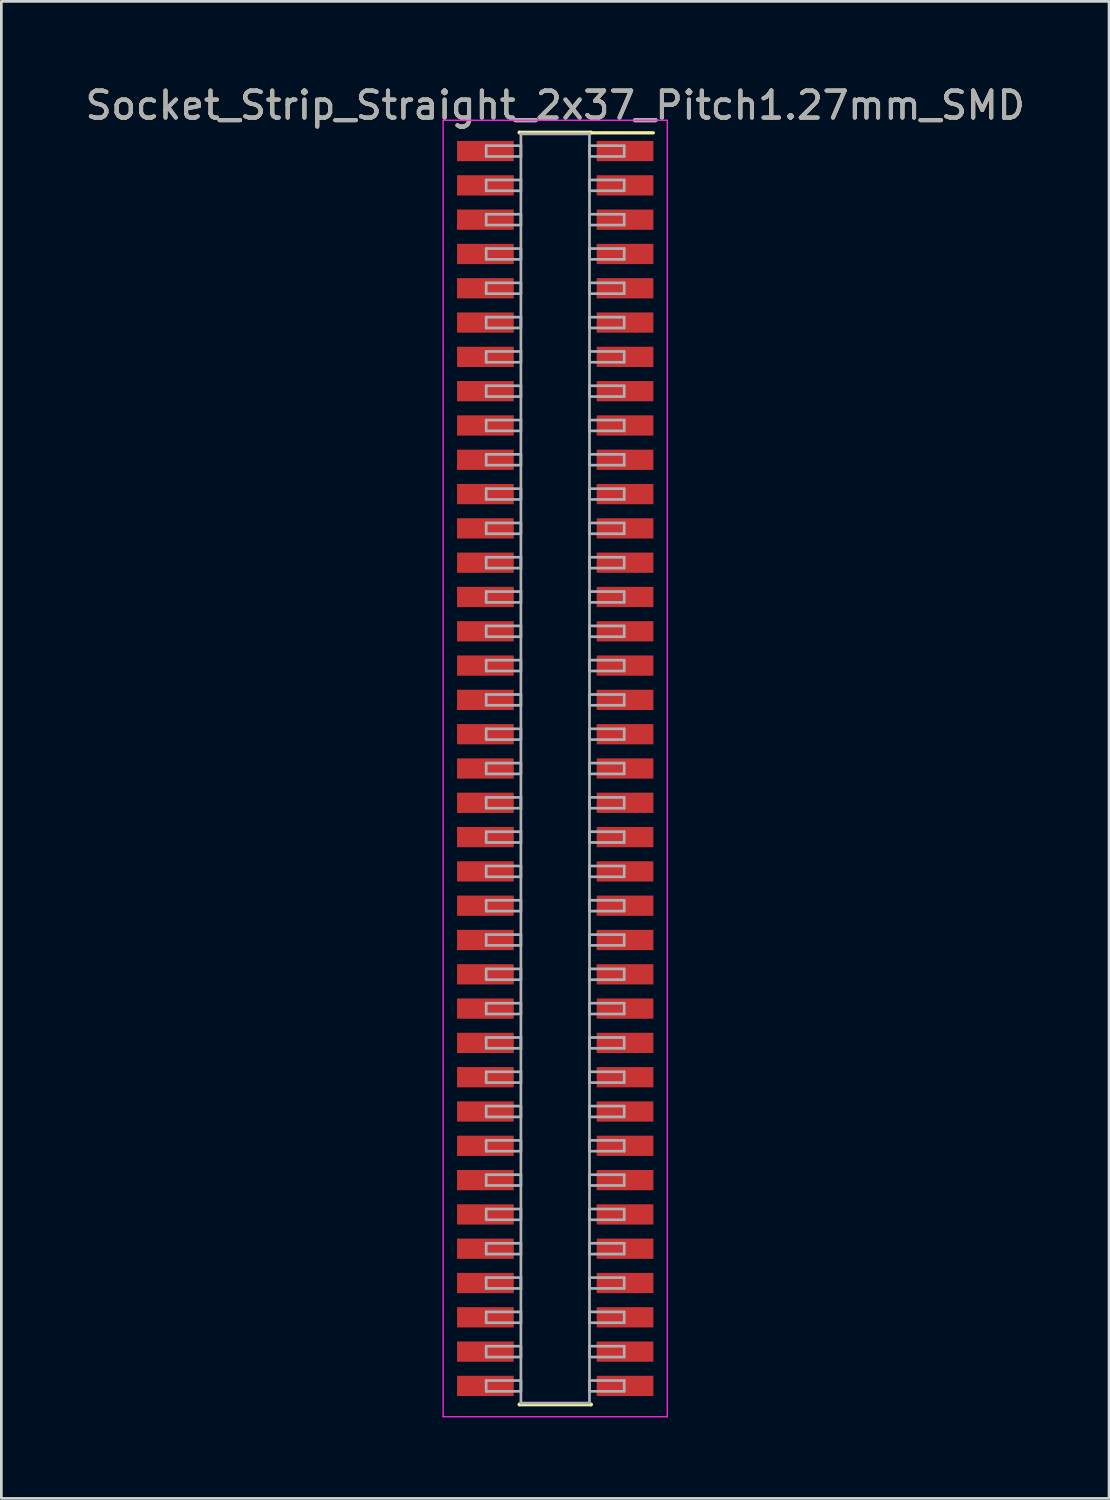
<source format=kicad_pcb>
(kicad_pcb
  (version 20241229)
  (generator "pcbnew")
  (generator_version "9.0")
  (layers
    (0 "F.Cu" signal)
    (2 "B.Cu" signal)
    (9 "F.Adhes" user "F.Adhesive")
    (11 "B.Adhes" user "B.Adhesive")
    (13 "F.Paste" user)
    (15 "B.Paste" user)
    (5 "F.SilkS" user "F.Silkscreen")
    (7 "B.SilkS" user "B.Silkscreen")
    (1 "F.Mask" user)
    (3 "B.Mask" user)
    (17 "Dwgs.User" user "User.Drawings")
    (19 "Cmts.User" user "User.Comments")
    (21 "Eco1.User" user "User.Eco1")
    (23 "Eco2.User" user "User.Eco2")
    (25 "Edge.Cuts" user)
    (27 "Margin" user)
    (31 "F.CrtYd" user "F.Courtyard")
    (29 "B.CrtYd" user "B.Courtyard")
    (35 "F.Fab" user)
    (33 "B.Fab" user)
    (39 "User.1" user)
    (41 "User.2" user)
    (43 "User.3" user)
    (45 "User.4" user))
  (footprint "Socket_Strip_Straight_2x37_Pitch1.27mm_SMD"
    (layer "F.Cu")
    (at 17.506 25.403)
    (property "Reference" "Socket_Strip_Straight_2x37_Pitch1.27mm_SMD" (at 0 -24.555 0) (layer "F.SilkS") (effects (font (size 1 1) (thickness 0.15))))
    (attr smd)
    (fp_line (start -1.33 -23.555) (end 1.33 -23.555) (stroke (width 0.12) (type solid)) (layer "F.SilkS"))
    (fp_line (start -1.33 -23.535) (end -1.33 -23.555) (stroke (width 0.12) (type solid)) (layer "F.SilkS"))
    (fp_line (start -1.33 23.535) (end -1.33 23.555) (stroke (width 0.12) (type solid)) (layer "F.SilkS"))
    (fp_line (start -1.33 23.555) (end 1.33 23.555) (stroke (width 0.12) (type solid)) (layer "F.SilkS"))
    (fp_line (start 1.33 -23.555) (end 1.33 -23.535) (stroke (width 0.12) (type solid)) (layer "F.SilkS"))
    (fp_line (start 1.33 23.555) (end 1.33 23.535) (stroke (width 0.12) (type solid)) (layer "F.SilkS"))
    (fp_line (start 3.635 -23.535) (end 1.33 -23.535) (stroke (width 0.12) (type solid)) (layer "F.SilkS"))
    (fp_line (start -4.15 -24) (end -4.15 24) (stroke (width 0.05) (type solid)) (layer "F.CrtYd"))
    (fp_line (start -4.15 24) (end 4.15 24) (stroke (width 0.05) (type solid)) (layer "F.CrtYd"))
    (fp_line (start 4.15 -24) (end -4.15 -24) (stroke (width 0.05) (type solid)) (layer "F.CrtYd"))
    (fp_line (start 4.15 24) (end 4.15 -24) (stroke (width 0.05) (type solid)) (layer "F.CrtYd"))
    (fp_line (start -2.555 -23.06) (end -1.27 -23.06) (stroke (width 0.1) (type solid)) (layer "F.Fab"))
    (fp_line (start -2.555 -22.66) (end -2.555 -23.06) (stroke (width 0.1) (type solid)) (layer "F.Fab"))
    (fp_line (start -2.555 -21.79) (end -1.27 -21.79) (stroke (width 0.1) (type solid)) (layer "F.Fab"))
    (fp_line (start -2.555 -21.39) (end -2.555 -21.79) (stroke (width 0.1) (type solid)) (layer "F.Fab"))
    (fp_line (start -2.555 -20.52) (end -1.27 -20.52) (stroke (width 0.1) (type solid)) (layer "F.Fab"))
    (fp_line (start -2.555 -20.12) (end -2.555 -20.52) (stroke (width 0.1) (type solid)) (layer "F.Fab"))
    (fp_line (start -2.555 -19.25) (end -1.27 -19.25) (stroke (width 0.1) (type solid)) (layer "F.Fab"))
    (fp_line (start -2.555 -18.85) (end -2.555 -19.25) (stroke (width 0.1) (type solid)) (layer "F.Fab"))
    (fp_line (start -2.555 -17.98) (end -1.27 -17.98) (stroke (width 0.1) (type solid)) (layer "F.Fab"))
    (fp_line (start -2.555 -17.58) (end -2.555 -17.98) (stroke (width 0.1) (type solid)) (layer "F.Fab"))
    (fp_line (start -2.555 -16.71) (end -1.27 -16.71) (stroke (width 0.1) (type solid)) (layer "F.Fab"))
    (fp_line (start -2.555 -16.31) (end -2.555 -16.71) (stroke (width 0.1) (type solid)) (layer "F.Fab"))
    (fp_line (start -2.555 -15.44) (end -1.27 -15.44) (stroke (width 0.1) (type solid)) (layer "F.Fab"))
    (fp_line (start -2.555 -15.04) (end -2.555 -15.44) (stroke (width 0.1) (type solid)) (layer "F.Fab"))
    (fp_line (start -2.555 -14.17) (end -1.27 -14.17) (stroke (width 0.1) (type solid)) (layer "F.Fab"))
    (fp_line (start -2.555 -13.77) (end -2.555 -14.17) (stroke (width 0.1) (type solid)) (layer "F.Fab"))
    (fp_line (start -2.555 -12.9) (end -1.27 -12.9) (stroke (width 0.1) (type solid)) (layer "F.Fab"))
    (fp_line (start -2.555 -12.5) (end -2.555 -12.9) (stroke (width 0.1) (type solid)) (layer "F.Fab"))
    (fp_line (start -2.555 -11.63) (end -1.27 -11.63) (stroke (width 0.1) (type solid)) (layer "F.Fab"))
    (fp_line (start -2.555 -11.23) (end -2.555 -11.63) (stroke (width 0.1) (type solid)) (layer "F.Fab"))
    (fp_line (start -2.555 -10.36) (end -1.27 -10.36) (stroke (width 0.1) (type solid)) (layer "F.Fab"))
    (fp_line (start -2.555 -9.96) (end -2.555 -10.36) (stroke (width 0.1) (type solid)) (layer "F.Fab"))
    (fp_line (start -2.555 -9.09) (end -1.27 -9.09) (stroke (width 0.1) (type solid)) (layer "F.Fab"))
    (fp_line (start -2.555 -8.69) (end -2.555 -9.09) (stroke (width 0.1) (type solid)) (layer "F.Fab"))
    (fp_line (start -2.555 -7.82) (end -1.27 -7.82) (stroke (width 0.1) (type solid)) (layer "F.Fab"))
    (fp_line (start -2.555 -7.42) (end -2.555 -7.82) (stroke (width 0.1) (type solid)) (layer "F.Fab"))
    (fp_line (start -2.555 -6.55) (end -1.27 -6.55) (stroke (width 0.1) (type solid)) (layer "F.Fab"))
    (fp_line (start -2.555 -6.15) (end -2.555 -6.55) (stroke (width 0.1) (type solid)) (layer "F.Fab"))
    (fp_line (start -2.555 -5.28) (end -1.27 -5.28) (stroke (width 0.1) (type solid)) (layer "F.Fab"))
    (fp_line (start -2.555 -4.88) (end -2.555 -5.28) (stroke (width 0.1) (type solid)) (layer "F.Fab"))
    (fp_line (start -2.555 -4.01) (end -1.27 -4.01) (stroke (width 0.1) (type solid)) (layer "F.Fab"))
    (fp_line (start -2.555 -3.61) (end -2.555 -4.01) (stroke (width 0.1) (type solid)) (layer "F.Fab"))
    (fp_line (start -2.555 -2.74) (end -1.27 -2.74) (stroke (width 0.1) (type solid)) (layer "F.Fab"))
    (fp_line (start -2.555 -2.34) (end -2.555 -2.74) (stroke (width 0.1) (type solid)) (layer "F.Fab"))
    (fp_line (start -2.555 -1.47) (end -1.27 -1.47) (stroke (width 0.1) (type solid)) (layer "F.Fab"))
    (fp_line (start -2.555 -1.07) (end -2.555 -1.47) (stroke (width 0.1) (type solid)) (layer "F.Fab"))
    (fp_line (start -2.555 -0.2) (end -1.27 -0.2) (stroke (width 0.1) (type solid)) (layer "F.Fab"))
    (fp_line (start -2.555 0.2) (end -2.555 -0.2) (stroke (width 0.1) (type solid)) (layer "F.Fab"))
    (fp_line (start -2.555 1.07) (end -1.27 1.07) (stroke (width 0.1) (type solid)) (layer "F.Fab"))
    (fp_line (start -2.555 1.47) (end -2.555 1.07) (stroke (width 0.1) (type solid)) (layer "F.Fab"))
    (fp_line (start -2.555 2.34) (end -1.27 2.34) (stroke (width 0.1) (type solid)) (layer "F.Fab"))
    (fp_line (start -2.555 2.74) (end -2.555 2.34) (stroke (width 0.1) (type solid)) (layer "F.Fab"))
    (fp_line (start -2.555 3.61) (end -1.27 3.61) (stroke (width 0.1) (type solid)) (layer "F.Fab"))
    (fp_line (start -2.555 4.01) (end -2.555 3.61) (stroke (width 0.1) (type solid)) (layer "F.Fab"))
    (fp_line (start -2.555 4.88) (end -1.27 4.88) (stroke (width 0.1) (type solid)) (layer "F.Fab"))
    (fp_line (start -2.555 5.28) (end -2.555 4.88) (stroke (width 0.1) (type solid)) (layer "F.Fab"))
    (fp_line (start -2.555 6.15) (end -1.27 6.15) (stroke (width 0.1) (type solid)) (layer "F.Fab"))
    (fp_line (start -2.555 6.55) (end -2.555 6.15) (stroke (width 0.1) (type solid)) (layer "F.Fab"))
    (fp_line (start -2.555 7.42) (end -1.27 7.42) (stroke (width 0.1) (type solid)) (layer "F.Fab"))
    (fp_line (start -2.555 7.82) (end -2.555 7.42) (stroke (width 0.1) (type solid)) (layer "F.Fab"))
    (fp_line (start -2.555 8.69) (end -1.27 8.69) (stroke (width 0.1) (type solid)) (layer "F.Fab"))
    (fp_line (start -2.555 9.09) (end -2.555 8.69) (stroke (width 0.1) (type solid)) (layer "F.Fab"))
    (fp_line (start -2.555 9.96) (end -1.27 9.96) (stroke (width 0.1) (type solid)) (layer "F.Fab"))
    (fp_line (start -2.555 10.36) (end -2.555 9.96) (stroke (width 0.1) (type solid)) (layer "F.Fab"))
    (fp_line (start -2.555 11.23) (end -1.27 11.23) (stroke (width 0.1) (type solid)) (layer "F.Fab"))
    (fp_line (start -2.555 11.63) (end -2.555 11.23) (stroke (width 0.1) (type solid)) (layer "F.Fab"))
    (fp_line (start -2.555 12.5) (end -1.27 12.5) (stroke (width 0.1) (type solid)) (layer "F.Fab"))
    (fp_line (start -2.555 12.9) (end -2.555 12.5) (stroke (width 0.1) (type solid)) (layer "F.Fab"))
    (fp_line (start -2.555 13.77) (end -1.27 13.77) (stroke (width 0.1) (type solid)) (layer "F.Fab"))
    (fp_line (start -2.555 14.17) (end -2.555 13.77) (stroke (width 0.1) (type solid)) (layer "F.Fab"))
    (fp_line (start -2.555 15.04) (end -1.27 15.04) (stroke (width 0.1) (type solid)) (layer "F.Fab"))
    (fp_line (start -2.555 15.44) (end -2.555 15.04) (stroke (width 0.1) (type solid)) (layer "F.Fab"))
    (fp_line (start -2.555 16.31) (end -1.27 16.31) (stroke (width 0.1) (type solid)) (layer "F.Fab"))
    (fp_line (start -2.555 16.71) (end -2.555 16.31) (stroke (width 0.1) (type solid)) (layer "F.Fab"))
    (fp_line (start -2.555 17.58) (end -1.27 17.58) (stroke (width 0.1) (type solid)) (layer "F.Fab"))
    (fp_line (start -2.555 17.98) (end -2.555 17.58) (stroke (width 0.1) (type solid)) (layer "F.Fab"))
    (fp_line (start -2.555 18.85) (end -1.27 18.85) (stroke (width 0.1) (type solid)) (layer "F.Fab"))
    (fp_line (start -2.555 19.25) (end -2.555 18.85) (stroke (width 0.1) (type solid)) (layer "F.Fab"))
    (fp_line (start -2.555 20.12) (end -1.27 20.12) (stroke (width 0.1) (type solid)) (layer "F.Fab"))
    (fp_line (start -2.555 20.52) (end -2.555 20.12) (stroke (width 0.1) (type solid)) (layer "F.Fab"))
    (fp_line (start -2.555 21.39) (end -1.27 21.39) (stroke (width 0.1) (type solid)) (layer "F.Fab"))
    (fp_line (start -2.555 21.79) (end -2.555 21.39) (stroke (width 0.1) (type solid)) (layer "F.Fab"))
    (fp_line (start -2.555 22.66) (end -1.27 22.66) (stroke (width 0.1) (type solid)) (layer "F.Fab"))
    (fp_line (start -2.555 23.06) (end -2.555 22.66) (stroke (width 0.1) (type solid)) (layer "F.Fab"))
    (fp_line (start -1.27 -23.495) (end -1.27 23.495) (stroke (width 0.1) (type solid)) (layer "F.Fab"))
    (fp_line (start -1.27 -23.06) (end -1.27 -22.66) (stroke (width 0.1) (type solid)) (layer "F.Fab"))
    (fp_line (start -1.27 -22.66) (end -2.555 -22.66) (stroke (width 0.1) (type solid)) (layer "F.Fab"))
    (fp_line (start -1.27 -21.79) (end -1.27 -21.39) (stroke (width 0.1) (type solid)) (layer "F.Fab"))
    (fp_line (start -1.27 -21.39) (end -2.555 -21.39) (stroke (width 0.1) (type solid)) (layer "F.Fab"))
    (fp_line (start -1.27 -20.52) (end -1.27 -20.12) (stroke (width 0.1) (type solid)) (layer "F.Fab"))
    (fp_line (start -1.27 -20.12) (end -2.555 -20.12) (stroke (width 0.1) (type solid)) (layer "F.Fab"))
    (fp_line (start -1.27 -19.25) (end -1.27 -18.85) (stroke (width 0.1) (type solid)) (layer "F.Fab"))
    (fp_line (start -1.27 -18.85) (end -2.555 -18.85) (stroke (width 0.1) (type solid)) (layer "F.Fab"))
    (fp_line (start -1.27 -17.98) (end -1.27 -17.58) (stroke (width 0.1) (type solid)) (layer "F.Fab"))
    (fp_line (start -1.27 -17.58) (end -2.555 -17.58) (stroke (width 0.1) (type solid)) (layer "F.Fab"))
    (fp_line (start -1.27 -16.71) (end -1.27 -16.31) (stroke (width 0.1) (type solid)) (layer "F.Fab"))
    (fp_line (start -1.27 -16.31) (end -2.555 -16.31) (stroke (width 0.1) (type solid)) (layer "F.Fab"))
    (fp_line (start -1.27 -15.44) (end -1.27 -15.04) (stroke (width 0.1) (type solid)) (layer "F.Fab"))
    (fp_line (start -1.27 -15.04) (end -2.555 -15.04) (stroke (width 0.1) (type solid)) (layer "F.Fab"))
    (fp_line (start -1.27 -14.17) (end -1.27 -13.77) (stroke (width 0.1) (type solid)) (layer "F.Fab"))
    (fp_line (start -1.27 -13.77) (end -2.555 -13.77) (stroke (width 0.1) (type solid)) (layer "F.Fab"))
    (fp_line (start -1.27 -12.9) (end -1.27 -12.5) (stroke (width 0.1) (type solid)) (layer "F.Fab"))
    (fp_line (start -1.27 -12.5) (end -2.555 -12.5) (stroke (width 0.1) (type solid)) (layer "F.Fab"))
    (fp_line (start -1.27 -11.63) (end -1.27 -11.23) (stroke (width 0.1) (type solid)) (layer "F.Fab"))
    (fp_line (start -1.27 -11.23) (end -2.555 -11.23) (stroke (width 0.1) (type solid)) (layer "F.Fab"))
    (fp_line (start -1.27 -10.36) (end -1.27 -9.96) (stroke (width 0.1) (type solid)) (layer "F.Fab"))
    (fp_line (start -1.27 -9.96) (end -2.555 -9.96) (stroke (width 0.1) (type solid)) (layer "F.Fab"))
    (fp_line (start -1.27 -9.09) (end -1.27 -8.69) (stroke (width 0.1) (type solid)) (layer "F.Fab"))
    (fp_line (start -1.27 -8.69) (end -2.555 -8.69) (stroke (width 0.1) (type solid)) (layer "F.Fab"))
    (fp_line (start -1.27 -7.82) (end -1.27 -7.42) (stroke (width 0.1) (type solid)) (layer "F.Fab"))
    (fp_line (start -1.27 -7.42) (end -2.555 -7.42) (stroke (width 0.1) (type solid)) (layer "F.Fab"))
    (fp_line (start -1.27 -6.55) (end -1.27 -6.15) (stroke (width 0.1) (type solid)) (layer "F.Fab"))
    (fp_line (start -1.27 -6.15) (end -2.555 -6.15) (stroke (width 0.1) (type solid)) (layer "F.Fab"))
    (fp_line (start -1.27 -5.28) (end -1.27 -4.88) (stroke (width 0.1) (type solid)) (layer "F.Fab"))
    (fp_line (start -1.27 -4.88) (end -2.555 -4.88) (stroke (width 0.1) (type solid)) (layer "F.Fab"))
    (fp_line (start -1.27 -4.01) (end -1.27 -3.61) (stroke (width 0.1) (type solid)) (layer "F.Fab"))
    (fp_line (start -1.27 -3.61) (end -2.555 -3.61) (stroke (width 0.1) (type solid)) (layer "F.Fab"))
    (fp_line (start -1.27 -2.74) (end -1.27 -2.34) (stroke (width 0.1) (type solid)) (layer "F.Fab"))
    (fp_line (start -1.27 -2.34) (end -2.555 -2.34) (stroke (width 0.1) (type solid)) (layer "F.Fab"))
    (fp_line (start -1.27 -1.47) (end -1.27 -1.07) (stroke (width 0.1) (type solid)) (layer "F.Fab"))
    (fp_line (start -1.27 -1.07) (end -2.555 -1.07) (stroke (width 0.1) (type solid)) (layer "F.Fab"))
    (fp_line (start -1.27 -0.2) (end -1.27 0.2) (stroke (width 0.1) (type solid)) (layer "F.Fab"))
    (fp_line (start -1.27 0.2) (end -2.555 0.2) (stroke (width 0.1) (type solid)) (layer "F.Fab"))
    (fp_line (start -1.27 1.07) (end -1.27 1.47) (stroke (width 0.1) (type solid)) (layer "F.Fab"))
    (fp_line (start -1.27 1.47) (end -2.555 1.47) (stroke (width 0.1) (type solid)) (layer "F.Fab"))
    (fp_line (start -1.27 2.34) (end -1.27 2.74) (stroke (width 0.1) (type solid)) (layer "F.Fab"))
    (fp_line (start -1.27 2.74) (end -2.555 2.74) (stroke (width 0.1) (type solid)) (layer "F.Fab"))
    (fp_line (start -1.27 3.61) (end -1.27 4.01) (stroke (width 0.1) (type solid)) (layer "F.Fab"))
    (fp_line (start -1.27 4.01) (end -2.555 4.01) (stroke (width 0.1) (type solid)) (layer "F.Fab"))
    (fp_line (start -1.27 4.88) (end -1.27 5.28) (stroke (width 0.1) (type solid)) (layer "F.Fab"))
    (fp_line (start -1.27 5.28) (end -2.555 5.28) (stroke (width 0.1) (type solid)) (layer "F.Fab"))
    (fp_line (start -1.27 6.15) (end -1.27 6.55) (stroke (width 0.1) (type solid)) (layer "F.Fab"))
    (fp_line (start -1.27 6.55) (end -2.555 6.55) (stroke (width 0.1) (type solid)) (layer "F.Fab"))
    (fp_line (start -1.27 7.42) (end -1.27 7.82) (stroke (width 0.1) (type solid)) (layer "F.Fab"))
    (fp_line (start -1.27 7.82) (end -2.555 7.82) (stroke (width 0.1) (type solid)) (layer "F.Fab"))
    (fp_line (start -1.27 8.69) (end -1.27 9.09) (stroke (width 0.1) (type solid)) (layer "F.Fab"))
    (fp_line (start -1.27 9.09) (end -2.555 9.09) (stroke (width 0.1) (type solid)) (layer "F.Fab"))
    (fp_line (start -1.27 9.96) (end -1.27 10.36) (stroke (width 0.1) (type solid)) (layer "F.Fab"))
    (fp_line (start -1.27 10.36) (end -2.555 10.36) (stroke (width 0.1) (type solid)) (layer "F.Fab"))
    (fp_line (start -1.27 11.23) (end -1.27 11.63) (stroke (width 0.1) (type solid)) (layer "F.Fab"))
    (fp_line (start -1.27 11.63) (end -2.555 11.63) (stroke (width 0.1) (type solid)) (layer "F.Fab"))
    (fp_line (start -1.27 12.5) (end -1.27 12.9) (stroke (width 0.1) (type solid)) (layer "F.Fab"))
    (fp_line (start -1.27 12.9) (end -2.555 12.9) (stroke (width 0.1) (type solid)) (layer "F.Fab"))
    (fp_line (start -1.27 13.77) (end -1.27 14.17) (stroke (width 0.1) (type solid)) (layer "F.Fab"))
    (fp_line (start -1.27 14.17) (end -2.555 14.17) (stroke (width 0.1) (type solid)) (layer "F.Fab"))
    (fp_line (start -1.27 15.04) (end -1.27 15.44) (stroke (width 0.1) (type solid)) (layer "F.Fab"))
    (fp_line (start -1.27 15.44) (end -2.555 15.44) (stroke (width 0.1) (type solid)) (layer "F.Fab"))
    (fp_line (start -1.27 16.31) (end -1.27 16.71) (stroke (width 0.1) (type solid)) (layer "F.Fab"))
    (fp_line (start -1.27 16.71) (end -2.555 16.71) (stroke (width 0.1) (type solid)) (layer "F.Fab"))
    (fp_line (start -1.27 17.58) (end -1.27 17.98) (stroke (width 0.1) (type solid)) (layer "F.Fab"))
    (fp_line (start -1.27 17.98) (end -2.555 17.98) (stroke (width 0.1) (type solid)) (layer "F.Fab"))
    (fp_line (start -1.27 18.85) (end -1.27 19.25) (stroke (width 0.1) (type solid)) (layer "F.Fab"))
    (fp_line (start -1.27 19.25) (end -2.555 19.25) (stroke (width 0.1) (type solid)) (layer "F.Fab"))
    (fp_line (start -1.27 20.12) (end -1.27 20.52) (stroke (width 0.1) (type solid)) (layer "F.Fab"))
    (fp_line (start -1.27 20.52) (end -2.555 20.52) (stroke (width 0.1) (type solid)) (layer "F.Fab"))
    (fp_line (start -1.27 21.39) (end -1.27 21.79) (stroke (width 0.1) (type solid)) (layer "F.Fab"))
    (fp_line (start -1.27 21.79) (end -2.555 21.79) (stroke (width 0.1) (type solid)) (layer "F.Fab"))
    (fp_line (start -1.27 22.66) (end -1.27 23.06) (stroke (width 0.1) (type solid)) (layer "F.Fab"))
    (fp_line (start -1.27 23.06) (end -2.555 23.06) (stroke (width 0.1) (type solid)) (layer "F.Fab"))
    (fp_line (start -1.27 23.495) (end 1.27 23.495) (stroke (width 0.1) (type solid)) (layer "F.Fab"))
    (fp_line (start 1.27 -23.495) (end -1.27 -23.495) (stroke (width 0.1) (type solid)) (layer "F.Fab"))
    (fp_line (start 1.27 -23.06) (end 1.27 -22.66) (stroke (width 0.1) (type solid)) (layer "F.Fab"))
    (fp_line (start 1.27 -22.66) (end 2.555 -22.66) (stroke (width 0.1) (type solid)) (layer "F.Fab"))
    (fp_line (start 1.27 -21.79) (end 1.27 -21.39) (stroke (width 0.1) (type solid)) (layer "F.Fab"))
    (fp_line (start 1.27 -21.39) (end 2.555 -21.39) (stroke (width 0.1) (type solid)) (layer "F.Fab"))
    (fp_line (start 1.27 -20.52) (end 1.27 -20.12) (stroke (width 0.1) (type solid)) (layer "F.Fab"))
    (fp_line (start 1.27 -20.12) (end 2.555 -20.12) (stroke (width 0.1) (type solid)) (layer "F.Fab"))
    (fp_line (start 1.27 -19.25) (end 1.27 -18.85) (stroke (width 0.1) (type solid)) (layer "F.Fab"))
    (fp_line (start 1.27 -18.85) (end 2.555 -18.85) (stroke (width 0.1) (type solid)) (layer "F.Fab"))
    (fp_line (start 1.27 -17.98) (end 1.27 -17.58) (stroke (width 0.1) (type solid)) (layer "F.Fab"))
    (fp_line (start 1.27 -17.58) (end 2.555 -17.58) (stroke (width 0.1) (type solid)) (layer "F.Fab"))
    (fp_line (start 1.27 -16.71) (end 1.27 -16.31) (stroke (width 0.1) (type solid)) (layer "F.Fab"))
    (fp_line (start 1.27 -16.31) (end 2.555 -16.31) (stroke (width 0.1) (type solid)) (layer "F.Fab"))
    (fp_line (start 1.27 -15.44) (end 1.27 -15.04) (stroke (width 0.1) (type solid)) (layer "F.Fab"))
    (fp_line (start 1.27 -15.04) (end 2.555 -15.04) (stroke (width 0.1) (type solid)) (layer "F.Fab"))
    (fp_line (start 1.27 -14.17) (end 1.27 -13.77) (stroke (width 0.1) (type solid)) (layer "F.Fab"))
    (fp_line (start 1.27 -13.77) (end 2.555 -13.77) (stroke (width 0.1) (type solid)) (layer "F.Fab"))
    (fp_line (start 1.27 -12.9) (end 1.27 -12.5) (stroke (width 0.1) (type solid)) (layer "F.Fab"))
    (fp_line (start 1.27 -12.5) (end 2.555 -12.5) (stroke (width 0.1) (type solid)) (layer "F.Fab"))
    (fp_line (start 1.27 -11.63) (end 1.27 -11.23) (stroke (width 0.1) (type solid)) (layer "F.Fab"))
    (fp_line (start 1.27 -11.23) (end 2.555 -11.23) (stroke (width 0.1) (type solid)) (layer "F.Fab"))
    (fp_line (start 1.27 -10.36) (end 1.27 -9.96) (stroke (width 0.1) (type solid)) (layer "F.Fab"))
    (fp_line (start 1.27 -9.96) (end 2.555 -9.96) (stroke (width 0.1) (type solid)) (layer "F.Fab"))
    (fp_line (start 1.27 -9.09) (end 1.27 -8.69) (stroke (width 0.1) (type solid)) (layer "F.Fab"))
    (fp_line (start 1.27 -8.69) (end 2.555 -8.69) (stroke (width 0.1) (type solid)) (layer "F.Fab"))
    (fp_line (start 1.27 -7.82) (end 1.27 -7.42) (stroke (width 0.1) (type solid)) (layer "F.Fab"))
    (fp_line (start 1.27 -7.42) (end 2.555 -7.42) (stroke (width 0.1) (type solid)) (layer "F.Fab"))
    (fp_line (start 1.27 -6.55) (end 1.27 -6.15) (stroke (width 0.1) (type solid)) (layer "F.Fab"))
    (fp_line (start 1.27 -6.15) (end 2.555 -6.15) (stroke (width 0.1) (type solid)) (layer "F.Fab"))
    (fp_line (start 1.27 -5.28) (end 1.27 -4.88) (stroke (width 0.1) (type solid)) (layer "F.Fab"))
    (fp_line (start 1.27 -4.88) (end 2.555 -4.88) (stroke (width 0.1) (type solid)) (layer "F.Fab"))
    (fp_line (start 1.27 -4.01) (end 1.27 -3.61) (stroke (width 0.1) (type solid)) (layer "F.Fab"))
    (fp_line (start 1.27 -3.61) (end 2.555 -3.61) (stroke (width 0.1) (type solid)) (layer "F.Fab"))
    (fp_line (start 1.27 -2.74) (end 1.27 -2.34) (stroke (width 0.1) (type solid)) (layer "F.Fab"))
    (fp_line (start 1.27 -2.34) (end 2.555 -2.34) (stroke (width 0.1) (type solid)) (layer "F.Fab"))
    (fp_line (start 1.27 -1.47) (end 1.27 -1.07) (stroke (width 0.1) (type solid)) (layer "F.Fab"))
    (fp_line (start 1.27 -1.07) (end 2.555 -1.07) (stroke (width 0.1) (type solid)) (layer "F.Fab"))
    (fp_line (start 1.27 -0.2) (end 1.27 0.2) (stroke (width 0.1) (type solid)) (layer "F.Fab"))
    (fp_line (start 1.27 0.2) (end 2.555 0.2) (stroke (width 0.1) (type solid)) (layer "F.Fab"))
    (fp_line (start 1.27 1.07) (end 1.27 1.47) (stroke (width 0.1) (type solid)) (layer "F.Fab"))
    (fp_line (start 1.27 1.47) (end 2.555 1.47) (stroke (width 0.1) (type solid)) (layer "F.Fab"))
    (fp_line (start 1.27 2.34) (end 1.27 2.74) (stroke (width 0.1) (type solid)) (layer "F.Fab"))
    (fp_line (start 1.27 2.74) (end 2.555 2.74) (stroke (width 0.1) (type solid)) (layer "F.Fab"))
    (fp_line (start 1.27 3.61) (end 1.27 4.01) (stroke (width 0.1) (type solid)) (layer "F.Fab"))
    (fp_line (start 1.27 4.01) (end 2.555 4.01) (stroke (width 0.1) (type solid)) (layer "F.Fab"))
    (fp_line (start 1.27 4.88) (end 1.27 5.28) (stroke (width 0.1) (type solid)) (layer "F.Fab"))
    (fp_line (start 1.27 5.28) (end 2.555 5.28) (stroke (width 0.1) (type solid)) (layer "F.Fab"))
    (fp_line (start 1.27 6.15) (end 1.27 6.55) (stroke (width 0.1) (type solid)) (layer "F.Fab"))
    (fp_line (start 1.27 6.55) (end 2.555 6.55) (stroke (width 0.1) (type solid)) (layer "F.Fab"))
    (fp_line (start 1.27 7.42) (end 1.27 7.82) (stroke (width 0.1) (type solid)) (layer "F.Fab"))
    (fp_line (start 1.27 7.82) (end 2.555 7.82) (stroke (width 0.1) (type solid)) (layer "F.Fab"))
    (fp_line (start 1.27 8.69) (end 1.27 9.09) (stroke (width 0.1) (type solid)) (layer "F.Fab"))
    (fp_line (start 1.27 9.09) (end 2.555 9.09) (stroke (width 0.1) (type solid)) (layer "F.Fab"))
    (fp_line (start 1.27 9.96) (end 1.27 10.36) (stroke (width 0.1) (type solid)) (layer "F.Fab"))
    (fp_line (start 1.27 10.36) (end 2.555 10.36) (stroke (width 0.1) (type solid)) (layer "F.Fab"))
    (fp_line (start 1.27 11.23) (end 1.27 11.63) (stroke (width 0.1) (type solid)) (layer "F.Fab"))
    (fp_line (start 1.27 11.63) (end 2.555 11.63) (stroke (width 0.1) (type solid)) (layer "F.Fab"))
    (fp_line (start 1.27 12.5) (end 1.27 12.9) (stroke (width 0.1) (type solid)) (layer "F.Fab"))
    (fp_line (start 1.27 12.9) (end 2.555 12.9) (stroke (width 0.1) (type solid)) (layer "F.Fab"))
    (fp_line (start 1.27 13.77) (end 1.27 14.17) (stroke (width 0.1) (type solid)) (layer "F.Fab"))
    (fp_line (start 1.27 14.17) (end 2.555 14.17) (stroke (width 0.1) (type solid)) (layer "F.Fab"))
    (fp_line (start 1.27 15.04) (end 1.27 15.44) (stroke (width 0.1) (type solid)) (layer "F.Fab"))
    (fp_line (start 1.27 15.44) (end 2.555 15.44) (stroke (width 0.1) (type solid)) (layer "F.Fab"))
    (fp_line (start 1.27 16.31) (end 1.27 16.71) (stroke (width 0.1) (type solid)) (layer "F.Fab"))
    (fp_line (start 1.27 16.71) (end 2.555 16.71) (stroke (width 0.1) (type solid)) (layer "F.Fab"))
    (fp_line (start 1.27 17.58) (end 1.27 17.98) (stroke (width 0.1) (type solid)) (layer "F.Fab"))
    (fp_line (start 1.27 17.98) (end 2.555 17.98) (stroke (width 0.1) (type solid)) (layer "F.Fab"))
    (fp_line (start 1.27 18.85) (end 1.27 19.25) (stroke (width 0.1) (type solid)) (layer "F.Fab"))
    (fp_line (start 1.27 19.25) (end 2.555 19.25) (stroke (width 0.1) (type solid)) (layer "F.Fab"))
    (fp_line (start 1.27 20.12) (end 1.27 20.52) (stroke (width 0.1) (type solid)) (layer "F.Fab"))
    (fp_line (start 1.27 20.52) (end 2.555 20.52) (stroke (width 0.1) (type solid)) (layer "F.Fab"))
    (fp_line (start 1.27 21.39) (end 1.27 21.79) (stroke (width 0.1) (type solid)) (layer "F.Fab"))
    (fp_line (start 1.27 21.79) (end 2.555 21.79) (stroke (width 0.1) (type solid)) (layer "F.Fab"))
    (fp_line (start 1.27 22.66) (end 1.27 23.06) (stroke (width 0.1) (type solid)) (layer "F.Fab"))
    (fp_line (start 1.27 23.06) (end 2.555 23.06) (stroke (width 0.1) (type solid)) (layer "F.Fab"))
    (fp_line (start 1.27 23.495) (end 1.27 -23.495) (stroke (width 0.1) (type solid)) (layer "F.Fab"))
    (fp_line (start 2.555 -23.06) (end 1.27 -23.06) (stroke (width 0.1) (type solid)) (layer "F.Fab"))
    (fp_line (start 2.555 -22.66) (end 2.555 -23.06) (stroke (width 0.1) (type solid)) (layer "F.Fab"))
    (fp_line (start 2.555 -21.79) (end 1.27 -21.79) (stroke (width 0.1) (type solid)) (layer "F.Fab"))
    (fp_line (start 2.555 -21.39) (end 2.555 -21.79) (stroke (width 0.1) (type solid)) (layer "F.Fab"))
    (fp_line (start 2.555 -20.52) (end 1.27 -20.52) (stroke (width 0.1) (type solid)) (layer "F.Fab"))
    (fp_line (start 2.555 -20.12) (end 2.555 -20.52) (stroke (width 0.1) (type solid)) (layer "F.Fab"))
    (fp_line (start 2.555 -19.25) (end 1.27 -19.25) (stroke (width 0.1) (type solid)) (layer "F.Fab"))
    (fp_line (start 2.555 -18.85) (end 2.555 -19.25) (stroke (width 0.1) (type solid)) (layer "F.Fab"))
    (fp_line (start 2.555 -17.98) (end 1.27 -17.98) (stroke (width 0.1) (type solid)) (layer "F.Fab"))
    (fp_line (start 2.555 -17.58) (end 2.555 -17.98) (stroke (width 0.1) (type solid)) (layer "F.Fab"))
    (fp_line (start 2.555 -16.71) (end 1.27 -16.71) (stroke (width 0.1) (type solid)) (layer "F.Fab"))
    (fp_line (start 2.555 -16.31) (end 2.555 -16.71) (stroke (width 0.1) (type solid)) (layer "F.Fab"))
    (fp_line (start 2.555 -15.44) (end 1.27 -15.44) (stroke (width 0.1) (type solid)) (layer "F.Fab"))
    (fp_line (start 2.555 -15.04) (end 2.555 -15.44) (stroke (width 0.1) (type solid)) (layer "F.Fab"))
    (fp_line (start 2.555 -14.17) (end 1.27 -14.17) (stroke (width 0.1) (type solid)) (layer "F.Fab"))
    (fp_line (start 2.555 -13.77) (end 2.555 -14.17) (stroke (width 0.1) (type solid)) (layer "F.Fab"))
    (fp_line (start 2.555 -12.9) (end 1.27 -12.9) (stroke (width 0.1) (type solid)) (layer "F.Fab"))
    (fp_line (start 2.555 -12.5) (end 2.555 -12.9) (stroke (width 0.1) (type solid)) (layer "F.Fab"))
    (fp_line (start 2.555 -11.63) (end 1.27 -11.63) (stroke (width 0.1) (type solid)) (layer "F.Fab"))
    (fp_line (start 2.555 -11.23) (end 2.555 -11.63) (stroke (width 0.1) (type solid)) (layer "F.Fab"))
    (fp_line (start 2.555 -10.36) (end 1.27 -10.36) (stroke (width 0.1) (type solid)) (layer "F.Fab"))
    (fp_line (start 2.555 -9.96) (end 2.555 -10.36) (stroke (width 0.1) (type solid)) (layer "F.Fab"))
    (fp_line (start 2.555 -9.09) (end 1.27 -9.09) (stroke (width 0.1) (type solid)) (layer "F.Fab"))
    (fp_line (start 2.555 -8.69) (end 2.555 -9.09) (stroke (width 0.1) (type solid)) (layer "F.Fab"))
    (fp_line (start 2.555 -7.82) (end 1.27 -7.82) (stroke (width 0.1) (type solid)) (layer "F.Fab"))
    (fp_line (start 2.555 -7.42) (end 2.555 -7.82) (stroke (width 0.1) (type solid)) (layer "F.Fab"))
    (fp_line (start 2.555 -6.55) (end 1.27 -6.55) (stroke (width 0.1) (type solid)) (layer "F.Fab"))
    (fp_line (start 2.555 -6.15) (end 2.555 -6.55) (stroke (width 0.1) (type solid)) (layer "F.Fab"))
    (fp_line (start 2.555 -5.28) (end 1.27 -5.28) (stroke (width 0.1) (type solid)) (layer "F.Fab"))
    (fp_line (start 2.555 -4.88) (end 2.555 -5.28) (stroke (width 0.1) (type solid)) (layer "F.Fab"))
    (fp_line (start 2.555 -4.01) (end 1.27 -4.01) (stroke (width 0.1) (type solid)) (layer "F.Fab"))
    (fp_line (start 2.555 -3.61) (end 2.555 -4.01) (stroke (width 0.1) (type solid)) (layer "F.Fab"))
    (fp_line (start 2.555 -2.74) (end 1.27 -2.74) (stroke (width 0.1) (type solid)) (layer "F.Fab"))
    (fp_line (start 2.555 -2.34) (end 2.555 -2.74) (stroke (width 0.1) (type solid)) (layer "F.Fab"))
    (fp_line (start 2.555 -1.47) (end 1.27 -1.47) (stroke (width 0.1) (type solid)) (layer "F.Fab"))
    (fp_line (start 2.555 -1.07) (end 2.555 -1.47) (stroke (width 0.1) (type solid)) (layer "F.Fab"))
    (fp_line (start 2.555 -0.2) (end 1.27 -0.2) (stroke (width 0.1) (type solid)) (layer "F.Fab"))
    (fp_line (start 2.555 0.2) (end 2.555 -0.2) (stroke (width 0.1) (type solid)) (layer "F.Fab"))
    (fp_line (start 2.555 1.07) (end 1.27 1.07) (stroke (width 0.1) (type solid)) (layer "F.Fab"))
    (fp_line (start 2.555 1.47) (end 2.555 1.07) (stroke (width 0.1) (type solid)) (layer "F.Fab"))
    (fp_line (start 2.555 2.34) (end 1.27 2.34) (stroke (width 0.1) (type solid)) (layer "F.Fab"))
    (fp_line (start 2.555 2.74) (end 2.555 2.34) (stroke (width 0.1) (type solid)) (layer "F.Fab"))
    (fp_line (start 2.555 3.61) (end 1.27 3.61) (stroke (width 0.1) (type solid)) (layer "F.Fab"))
    (fp_line (start 2.555 4.01) (end 2.555 3.61) (stroke (width 0.1) (type solid)) (layer "F.Fab"))
    (fp_line (start 2.555 4.88) (end 1.27 4.88) (stroke (width 0.1) (type solid)) (layer "F.Fab"))
    (fp_line (start 2.555 5.28) (end 2.555 4.88) (stroke (width 0.1) (type solid)) (layer "F.Fab"))
    (fp_line (start 2.555 6.15) (end 1.27 6.15) (stroke (width 0.1) (type solid)) (layer "F.Fab"))
    (fp_line (start 2.555 6.55) (end 2.555 6.15) (stroke (width 0.1) (type solid)) (layer "F.Fab"))
    (fp_line (start 2.555 7.42) (end 1.27 7.42) (stroke (width 0.1) (type solid)) (layer "F.Fab"))
    (fp_line (start 2.555 7.82) (end 2.555 7.42) (stroke (width 0.1) (type solid)) (layer "F.Fab"))
    (fp_line (start 2.555 8.69) (end 1.27 8.69) (stroke (width 0.1) (type solid)) (layer "F.Fab"))
    (fp_line (start 2.555 9.09) (end 2.555 8.69) (stroke (width 0.1) (type solid)) (layer "F.Fab"))
    (fp_line (start 2.555 9.96) (end 1.27 9.96) (stroke (width 0.1) (type solid)) (layer "F.Fab"))
    (fp_line (start 2.555 10.36) (end 2.555 9.96) (stroke (width 0.1) (type solid)) (layer "F.Fab"))
    (fp_line (start 2.555 11.23) (end 1.27 11.23) (stroke (width 0.1) (type solid)) (layer "F.Fab"))
    (fp_line (start 2.555 11.63) (end 2.555 11.23) (stroke (width 0.1) (type solid)) (layer "F.Fab"))
    (fp_line (start 2.555 12.5) (end 1.27 12.5) (stroke (width 0.1) (type solid)) (layer "F.Fab"))
    (fp_line (start 2.555 12.9) (end 2.555 12.5) (stroke (width 0.1) (type solid)) (layer "F.Fab"))
    (fp_line (start 2.555 13.77) (end 1.27 13.77) (stroke (width 0.1) (type solid)) (layer "F.Fab"))
    (fp_line (start 2.555 14.17) (end 2.555 13.77) (stroke (width 0.1) (type solid)) (layer "F.Fab"))
    (fp_line (start 2.555 15.04) (end 1.27 15.04) (stroke (width 0.1) (type solid)) (layer "F.Fab"))
    (fp_line (start 2.555 15.44) (end 2.555 15.04) (stroke (width 0.1) (type solid)) (layer "F.Fab"))
    (fp_line (start 2.555 16.31) (end 1.27 16.31) (stroke (width 0.1) (type solid)) (layer "F.Fab"))
    (fp_line (start 2.555 16.71) (end 2.555 16.31) (stroke (width 0.1) (type solid)) (layer "F.Fab"))
    (fp_line (start 2.555 17.58) (end 1.27 17.58) (stroke (width 0.1) (type solid)) (layer "F.Fab"))
    (fp_line (start 2.555 17.98) (end 2.555 17.58) (stroke (width 0.1) (type solid)) (layer "F.Fab"))
    (fp_line (start 2.555 18.85) (end 1.27 18.85) (stroke (width 0.1) (type solid)) (layer "F.Fab"))
    (fp_line (start 2.555 19.25) (end 2.555 18.85) (stroke (width 0.1) (type solid)) (layer "F.Fab"))
    (fp_line (start 2.555 20.12) (end 1.27 20.12) (stroke (width 0.1) (type solid)) (layer "F.Fab"))
    (fp_line (start 2.555 20.52) (end 2.555 20.12) (stroke (width 0.1) (type solid)) (layer "F.Fab"))
    (fp_line (start 2.555 21.39) (end 1.27 21.39) (stroke (width 0.1) (type solid)) (layer "F.Fab"))
    (fp_line (start 2.555 21.79) (end 2.555 21.39) (stroke (width 0.1) (type solid)) (layer "F.Fab"))
    (fp_line (start 2.555 22.66) (end 1.27 22.66) (stroke (width 0.1) (type solid)) (layer "F.Fab"))
    (fp_line (start 2.555 23.06) (end 2.555 22.66) (stroke (width 0.1) (type solid)) (layer "F.Fab"))
    (fp_text user "${REFERENCE}" (at 0 -24.555 0) (layer "F.Fab") (effects (font (size 1 1) (thickness 0.15))))
    (pad "1" smd rect (at 2.585 -22.86) (size 2.1 0.75) (layers "F.Cu" "F.Mask" "F.Paste"))
    (pad "2" smd rect (at -2.585 -22.86) (size 2.1 0.75) (layers "F.Cu" "F.Mask" "F.Paste"))
    (pad "3" smd rect (at 2.585 -21.59) (size 2.1 0.75) (layers "F.Cu" "F.Mask" "F.Paste"))
    (pad "4" smd rect (at -2.585 -21.59) (size 2.1 0.75) (layers "F.Cu" "F.Mask" "F.Paste"))
    (pad "5" smd rect (at 2.585 -20.32) (size 2.1 0.75) (layers "F.Cu" "F.Mask" "F.Paste"))
    (pad "6" smd rect (at -2.585 -20.32) (size 2.1 0.75) (layers "F.Cu" "F.Mask" "F.Paste"))
    (pad "7" smd rect (at 2.585 -19.05) (size 2.1 0.75) (layers "F.Cu" "F.Mask" "F.Paste"))
    (pad "8" smd rect (at -2.585 -19.05) (size 2.1 0.75) (layers "F.Cu" "F.Mask" "F.Paste"))
    (pad "9" smd rect (at 2.585 -17.78) (size 2.1 0.75) (layers "F.Cu" "F.Mask" "F.Paste"))
    (pad "10" smd rect (at -2.585 -17.78) (size 2.1 0.75) (layers "F.Cu" "F.Mask" "F.Paste"))
    (pad "11" smd rect (at 2.585 -16.51) (size 2.1 0.75) (layers "F.Cu" "F.Mask" "F.Paste"))
    (pad "12" smd rect (at -2.585 -16.51) (size 2.1 0.75) (layers "F.Cu" "F.Mask" "F.Paste"))
    (pad "13" smd rect (at 2.585 -15.24) (size 2.1 0.75) (layers "F.Cu" "F.Mask" "F.Paste"))
    (pad "14" smd rect (at -2.585 -15.24) (size 2.1 0.75) (layers "F.Cu" "F.Mask" "F.Paste"))
    (pad "15" smd rect (at 2.585 -13.97) (size 2.1 0.75) (layers "F.Cu" "F.Mask" "F.Paste"))
    (pad "16" smd rect (at -2.585 -13.97) (size 2.1 0.75) (layers "F.Cu" "F.Mask" "F.Paste"))
    (pad "17" smd rect (at 2.585 -12.7) (size 2.1 0.75) (layers "F.Cu" "F.Mask" "F.Paste"))
    (pad "18" smd rect (at -2.585 -12.7) (size 2.1 0.75) (layers "F.Cu" "F.Mask" "F.Paste"))
    (pad "19" smd rect (at 2.585 -11.43) (size 2.1 0.75) (layers "F.Cu" "F.Mask" "F.Paste"))
    (pad "20" smd rect (at -2.585 -11.43) (size 2.1 0.75) (layers "F.Cu" "F.Mask" "F.Paste"))
    (pad "21" smd rect (at 2.585 -10.16) (size 2.1 0.75) (layers "F.Cu" "F.Mask" "F.Paste"))
    (pad "22" smd rect (at -2.585 -10.16) (size 2.1 0.75) (layers "F.Cu" "F.Mask" "F.Paste"))
    (pad "23" smd rect (at 2.585 -8.89) (size 2.1 0.75) (layers "F.Cu" "F.Mask" "F.Paste"))
    (pad "24" smd rect (at -2.585 -8.89) (size 2.1 0.75) (layers "F.Cu" "F.Mask" "F.Paste"))
    (pad "25" smd rect (at 2.585 -7.62) (size 2.1 0.75) (layers "F.Cu" "F.Mask" "F.Paste"))
    (pad "26" smd rect (at -2.585 -7.62) (size 2.1 0.75) (layers "F.Cu" "F.Mask" "F.Paste"))
    (pad "27" smd rect (at 2.585 -6.35) (size 2.1 0.75) (layers "F.Cu" "F.Mask" "F.Paste"))
    (pad "28" smd rect (at -2.585 -6.35) (size 2.1 0.75) (layers "F.Cu" "F.Mask" "F.Paste"))
    (pad "29" smd rect (at 2.585 -5.08) (size 2.1 0.75) (layers "F.Cu" "F.Mask" "F.Paste"))
    (pad "30" smd rect (at -2.585 -5.08) (size 2.1 0.75) (layers "F.Cu" "F.Mask" "F.Paste"))
    (pad "31" smd rect (at 2.585 -3.81) (size 2.1 0.75) (layers "F.Cu" "F.Mask" "F.Paste"))
    (pad "32" smd rect (at -2.585 -3.81) (size 2.1 0.75) (layers "F.Cu" "F.Mask" "F.Paste"))
    (pad "33" smd rect (at 2.585 -2.54) (size 2.1 0.75) (layers "F.Cu" "F.Mask" "F.Paste"))
    (pad "34" smd rect (at -2.585 -2.54) (size 2.1 0.75) (layers "F.Cu" "F.Mask" "F.Paste"))
    (pad "35" smd rect (at 2.585 -1.27) (size 2.1 0.75) (layers "F.Cu" "F.Mask" "F.Paste"))
    (pad "36" smd rect (at -2.585 -1.27) (size 2.1 0.75) (layers "F.Cu" "F.Mask" "F.Paste"))
    (pad "37" smd rect (at 2.585 0) (size 2.1 0.75) (layers "F.Cu" "F.Mask" "F.Paste"))
    (pad "38" smd rect (at -2.585 0) (size 2.1 0.75) (layers "F.Cu" "F.Mask" "F.Paste"))
    (pad "39" smd rect (at 2.585 1.27) (size 2.1 0.75) (layers "F.Cu" "F.Mask" "F.Paste"))
    (pad "40" smd rect (at -2.585 1.27) (size 2.1 0.75) (layers "F.Cu" "F.Mask" "F.Paste"))
    (pad "41" smd rect (at 2.585 2.54) (size 2.1 0.75) (layers "F.Cu" "F.Mask" "F.Paste"))
    (pad "42" smd rect (at -2.585 2.54) (size 2.1 0.75) (layers "F.Cu" "F.Mask" "F.Paste"))
    (pad "43" smd rect (at 2.585 3.81) (size 2.1 0.75) (layers "F.Cu" "F.Mask" "F.Paste"))
    (pad "44" smd rect (at -2.585 3.81) (size 2.1 0.75) (layers "F.Cu" "F.Mask" "F.Paste"))
    (pad "45" smd rect (at 2.585 5.08) (size 2.1 0.75) (layers "F.Cu" "F.Mask" "F.Paste"))
    (pad "46" smd rect (at -2.585 5.08) (size 2.1 0.75) (layers "F.Cu" "F.Mask" "F.Paste"))
    (pad "47" smd rect (at 2.585 6.35) (size 2.1 0.75) (layers "F.Cu" "F.Mask" "F.Paste"))
    (pad "48" smd rect (at -2.585 6.35) (size 2.1 0.75) (layers "F.Cu" "F.Mask" "F.Paste"))
    (pad "49" smd rect (at 2.585 7.62) (size 2.1 0.75) (layers "F.Cu" "F.Mask" "F.Paste"))
    (pad "50" smd rect (at -2.585 7.62) (size 2.1 0.75) (layers "F.Cu" "F.Mask" "F.Paste"))
    (pad "51" smd rect (at 2.585 8.89) (size 2.1 0.75) (layers "F.Cu" "F.Mask" "F.Paste"))
    (pad "52" smd rect (at -2.585 8.89) (size 2.1 0.75) (layers "F.Cu" "F.Mask" "F.Paste"))
    (pad "53" smd rect (at 2.585 10.16) (size 2.1 0.75) (layers "F.Cu" "F.Mask" "F.Paste"))
    (pad "54" smd rect (at -2.585 10.16) (size 2.1 0.75) (layers "F.Cu" "F.Mask" "F.Paste"))
    (pad "55" smd rect (at 2.585 11.43) (size 2.1 0.75) (layers "F.Cu" "F.Mask" "F.Paste"))
    (pad "56" smd rect (at -2.585 11.43) (size 2.1 0.75) (layers "F.Cu" "F.Mask" "F.Paste"))
    (pad "57" smd rect (at 2.585 12.7) (size 2.1 0.75) (layers "F.Cu" "F.Mask" "F.Paste"))
    (pad "58" smd rect (at -2.585 12.7) (size 2.1 0.75) (layers "F.Cu" "F.Mask" "F.Paste"))
    (pad "59" smd rect (at 2.585 13.97) (size 2.1 0.75) (layers "F.Cu" "F.Mask" "F.Paste"))
    (pad "60" smd rect (at -2.585 13.97) (size 2.1 0.75) (layers "F.Cu" "F.Mask" "F.Paste"))
    (pad "61" smd rect (at 2.585 15.24) (size 2.1 0.75) (layers "F.Cu" "F.Mask" "F.Paste"))
    (pad "62" smd rect (at -2.585 15.24) (size 2.1 0.75) (layers "F.Cu" "F.Mask" "F.Paste"))
    (pad "63" smd rect (at 2.585 16.51) (size 2.1 0.75) (layers "F.Cu" "F.Mask" "F.Paste"))
    (pad "64" smd rect (at -2.585 16.51) (size 2.1 0.75) (layers "F.Cu" "F.Mask" "F.Paste"))
    (pad "65" smd rect (at 2.585 17.78) (size 2.1 0.75) (layers "F.Cu" "F.Mask" "F.Paste"))
    (pad "66" smd rect (at -2.585 17.78) (size 2.1 0.75) (layers "F.Cu" "F.Mask" "F.Paste"))
    (pad "67" smd rect (at 2.585 19.05) (size 2.1 0.75) (layers "F.Cu" "F.Mask" "F.Paste"))
    (pad "68" smd rect (at -2.585 19.05) (size 2.1 0.75) (layers "F.Cu" "F.Mask" "F.Paste"))
    (pad "69" smd rect (at 2.585 20.32) (size 2.1 0.75) (layers "F.Cu" "F.Mask" "F.Paste"))
    (pad "70" smd rect (at -2.585 20.32) (size 2.1 0.75) (layers "F.Cu" "F.Mask" "F.Paste"))
    (pad "71" smd rect (at 2.585 21.59) (size 2.1 0.75) (layers "F.Cu" "F.Mask" "F.Paste"))
    (pad "72" smd rect (at -2.585 21.59) (size 2.1 0.75) (layers "F.Cu" "F.Mask" "F.Paste"))
    (pad "73" smd rect (at 2.585 22.86) (size 2.1 0.75) (layers "F.Cu" "F.Mask" "F.Paste"))
    (pad "74" smd rect (at -2.585 22.86) (size 2.1 0.75) (layers "F.Cu" "F.Mask" "F.Paste")))
  (gr_rect
    (start -3 -3)
    (end 38.012 52.428)
    (stroke (width 0.1) (type default))
    (fill no)
    (layer "Edge.Cuts")))
</source>
